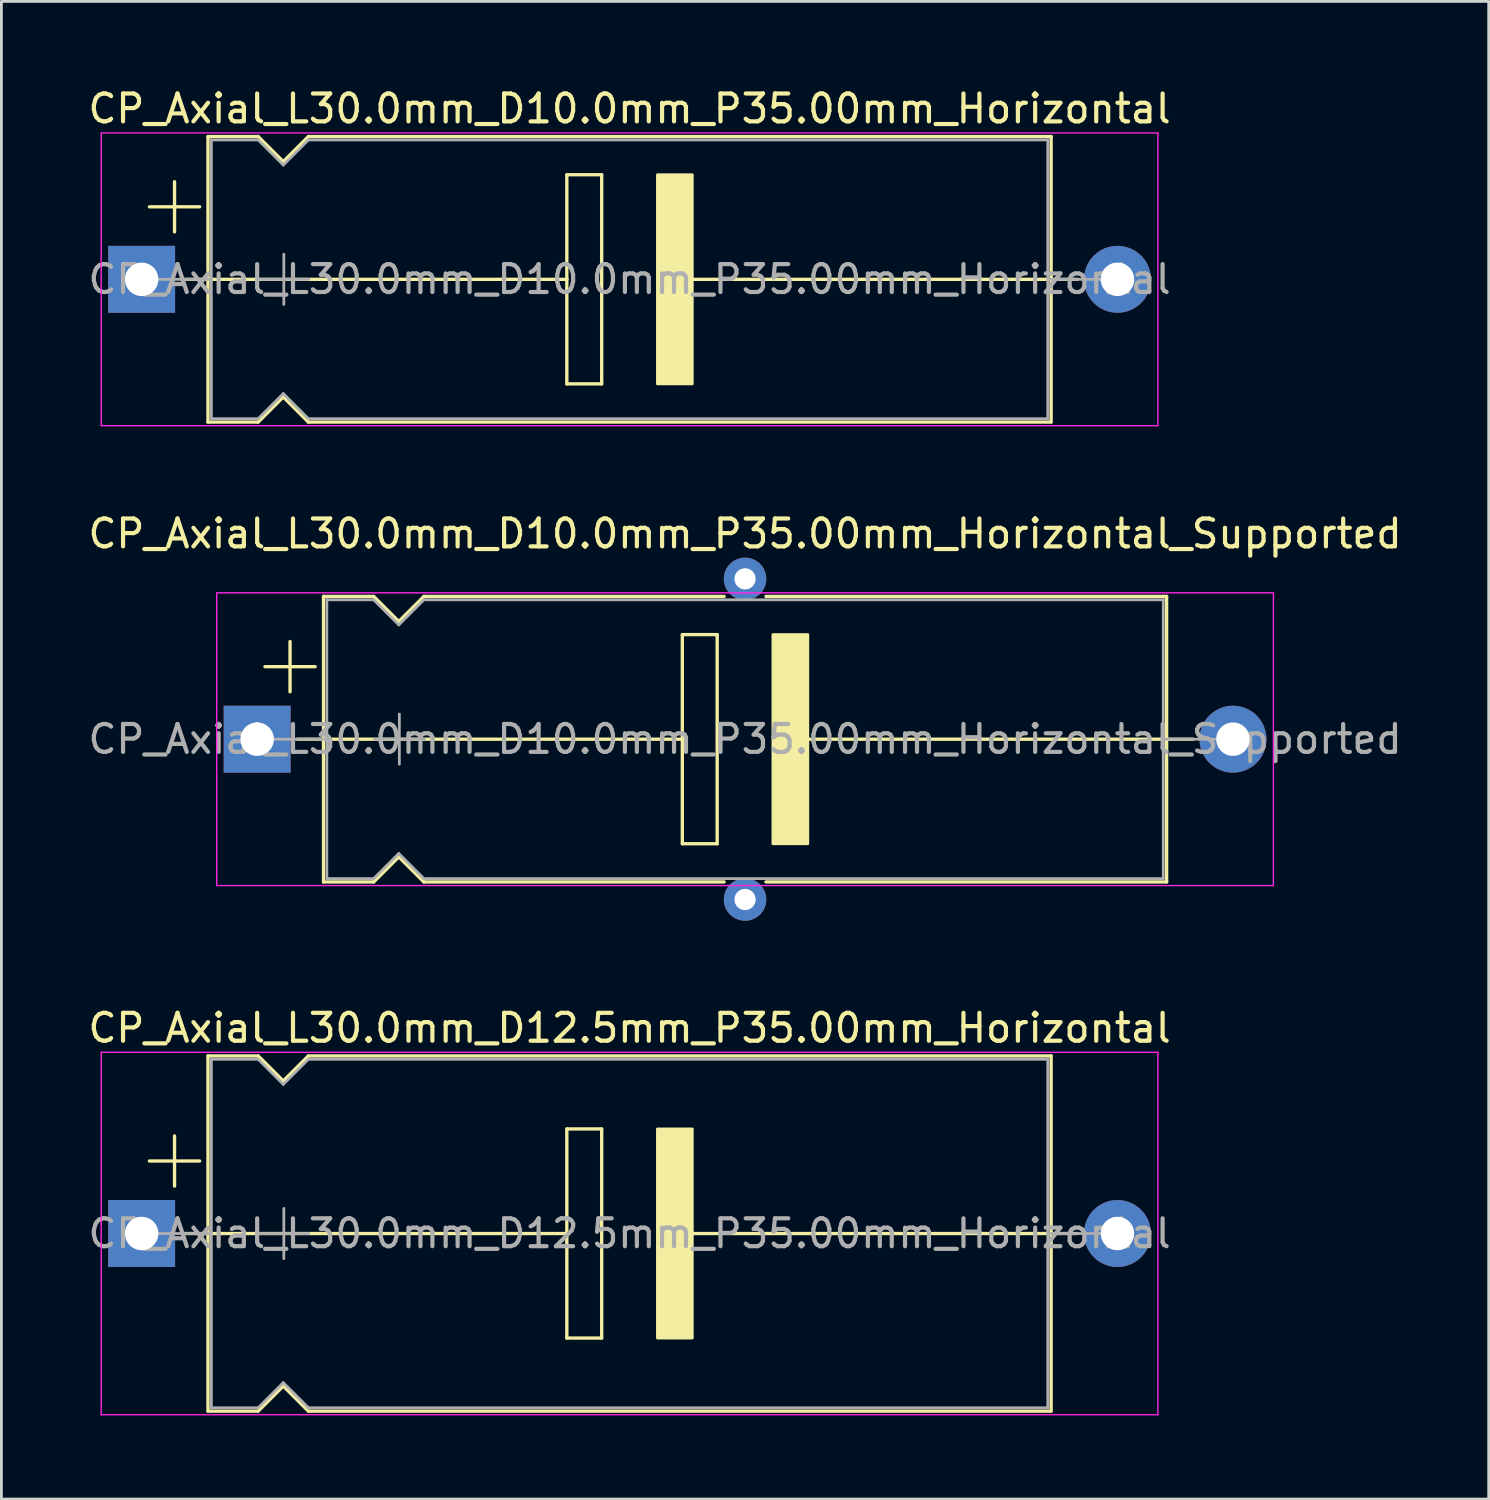
<source format=kicad_pcb>
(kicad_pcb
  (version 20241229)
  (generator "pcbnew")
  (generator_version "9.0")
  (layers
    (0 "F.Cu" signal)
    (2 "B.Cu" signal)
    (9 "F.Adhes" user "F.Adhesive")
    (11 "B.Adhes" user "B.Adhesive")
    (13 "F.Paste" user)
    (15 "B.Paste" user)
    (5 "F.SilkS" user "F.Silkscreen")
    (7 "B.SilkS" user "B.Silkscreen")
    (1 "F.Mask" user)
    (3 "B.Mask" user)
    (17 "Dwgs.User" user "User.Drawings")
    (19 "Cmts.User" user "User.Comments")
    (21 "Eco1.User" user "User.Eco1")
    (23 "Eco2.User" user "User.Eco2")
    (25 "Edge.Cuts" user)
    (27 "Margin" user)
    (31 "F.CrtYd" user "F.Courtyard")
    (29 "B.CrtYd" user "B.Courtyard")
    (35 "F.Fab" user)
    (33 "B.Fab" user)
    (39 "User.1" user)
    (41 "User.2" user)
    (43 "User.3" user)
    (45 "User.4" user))
  (footprint "CP_Axial_L30.0mm_D10.0mm_P35.00mm_Horizontal"
    (layer "F.Cu")
    (at 2.03 6.968)
    (property "Reference" "CP_Axial_L30.0mm_D10.0mm_P35.00mm_Horizontal" (at 17.5 -6.12 0) (layer "F.SilkS") (effects (font (size 1 1) (thickness 0.15))))
    (attr through_hole)
    (fp_line (start 0.28 -2.6) (end 2.08 -2.6) (stroke (width 0.12) (type solid)) (layer "F.SilkS"))
    (fp_line (start 1.18 -3.5) (end 1.18 -1.7) (stroke (width 0.12) (type solid)) (layer "F.SilkS"))
    (fp_line (start 1.44 0) (end 2.38 0) (stroke (width 0.12) (type solid)) (layer "F.SilkS"))
    (fp_line (start 2.38 -5.12) (end 2.38 5.12) (stroke (width 0.12) (type solid)) (layer "F.SilkS"))
    (fp_line (start 2.38 -5.12) (end 4.18 -5.12) (stroke (width 0.12) (type solid)) (layer "F.SilkS"))
    (fp_line (start 2.38 0) (end 15.25 0) (stroke (width 0.12) (type solid)) (layer "F.SilkS"))
    (fp_line (start 2.38 5.12) (end 4.18 5.12) (stroke (width 0.12) (type solid)) (layer "F.SilkS"))
    (fp_line (start 4.18 -5.12) (end 5.08 -4.22) (stroke (width 0.12) (type solid)) (layer "F.SilkS"))
    (fp_line (start 4.18 5.12) (end 5.08 4.22) (stroke (width 0.12) (type solid)) (layer "F.SilkS"))
    (fp_line (start 5.08 -4.22) (end 5.98 -5.12) (stroke (width 0.12) (type solid)) (layer "F.SilkS"))
    (fp_line (start 5.08 4.22) (end 5.98 5.12) (stroke (width 0.12) (type solid)) (layer "F.SilkS"))
    (fp_line (start 5.98 -5.12) (end 32.62 -5.12) (stroke (width 0.12) (type solid)) (layer "F.SilkS"))
    (fp_line (start 5.98 5.12) (end 32.62 5.12) (stroke (width 0.12) (type solid)) (layer "F.SilkS"))
    (fp_line (start 15.25 -3.75) (end 16.5 -3.75) (stroke (width 0.12) (type solid)) (layer "F.SilkS"))
    (fp_line (start 15.25 0) (end 15.25 -3.75) (stroke (width 0.12) (type solid)) (layer "F.SilkS"))
    (fp_line (start 15.25 3.75) (end 15.25 0) (stroke (width 0.12) (type solid)) (layer "F.SilkS"))
    (fp_line (start 16.5 -3.75) (end 16.5 3.75) (stroke (width 0.12) (type solid)) (layer "F.SilkS"))
    (fp_line (start 16.5 3.75) (end 15.25 3.75) (stroke (width 0.12) (type solid)) (layer "F.SilkS"))
    (fp_line (start 19.75 0) (end 32.62 0) (stroke (width 0.12) (type solid)) (layer "F.SilkS"))
    (fp_line (start 32.62 -5.12) (end 32.62 5.12) (stroke (width 0.12) (type solid)) (layer "F.SilkS"))
    (fp_line (start 33.56 0) (end 32.62 0) (stroke (width 0.12) (type solid)) (layer "F.SilkS"))
    (fp_poly (pts (xy 19.75 3.75) (xy 18.5 3.75) (xy 18.5 -3.75) (xy 19.75 -3.75)) (stroke (width 0.1) (type solid)) (fill yes) (layer "F.SilkS"))
    (fp_line (start -1.45 -5.25) (end -1.45 5.25) (stroke (width 0.05) (type solid)) (layer "F.CrtYd"))
    (fp_line (start -1.45 5.25) (end 36.45 5.25) (stroke (width 0.05) (type solid)) (layer "F.CrtYd"))
    (fp_line (start 36.45 -5.25) (end -1.45 -5.25) (stroke (width 0.05) (type solid)) (layer "F.CrtYd"))
    (fp_line (start 36.45 5.25) (end 36.45 -5.25) (stroke (width 0.05) (type solid)) (layer "F.CrtYd"))
    (fp_line (start 0 0) (end 2.5 0) (stroke (width 0.1) (type solid)) (layer "F.Fab"))
    (fp_line (start 2.5 -5) (end 2.5 5) (stroke (width 0.1) (type solid)) (layer "F.Fab"))
    (fp_line (start 2.5 -5) (end 4.18 -5) (stroke (width 0.1) (type solid)) (layer "F.Fab"))
    (fp_line (start 2.5 5) (end 4.18 5) (stroke (width 0.1) (type solid)) (layer "F.Fab"))
    (fp_line (start 4.18 -5) (end 5.08 -4.1) (stroke (width 0.1) (type solid)) (layer "F.Fab"))
    (fp_line (start 4.18 5) (end 5.08 4.1) (stroke (width 0.1) (type solid)) (layer "F.Fab"))
    (fp_line (start 4.2 0) (end 6 0) (stroke (width 0.1) (type solid)) (layer "F.Fab"))
    (fp_line (start 5.08 -4.1) (end 5.98 -5) (stroke (width 0.1) (type solid)) (layer "F.Fab"))
    (fp_line (start 5.08 4.1) (end 5.98 5) (stroke (width 0.1) (type solid)) (layer "F.Fab"))
    (fp_line (start 5.1 -0.9) (end 5.1 0.9) (stroke (width 0.1) (type solid)) (layer "F.Fab"))
    (fp_line (start 5.98 -5) (end 32.5 -5) (stroke (width 0.1) (type solid)) (layer "F.Fab"))
    (fp_line (start 5.98 5) (end 32.5 5) (stroke (width 0.1) (type solid)) (layer "F.Fab"))
    (fp_line (start 32.5 -5) (end 32.5 5) (stroke (width 0.1) (type solid)) (layer "F.Fab"))
    (fp_line (start 35 0) (end 32.5 0) (stroke (width 0.1) (type solid)) (layer "F.Fab"))
    (fp_text user "${REFERENCE}" (at 17.5 0 0) (layer "F.Fab") (effects (font (size 1 1) (thickness 0.15))))
    (pad "1" thru_hole rect (at 0 0) (size 2.4 2.4) (drill 1.2) (layers "*.Cu" "*.Mask"))
    (pad "2" thru_hole oval (at 35 0) (size 2.4 2.4) (drill 1.2) (layers "*.Cu" "*.Mask")))
  (footprint "CP_Axial_L30.0mm_D12.5mm_P35.00mm_Horizontal"
    (layer "F.Cu")
    (at 2.03 41.192)
    (property "Reference" "CP_Axial_L30.0mm_D12.5mm_P35.00mm_Horizontal" (at 17.5 -7.37 0) (layer "F.SilkS") (effects (font (size 1 1) (thickness 0.15))))
    (attr through_hole)
    (fp_line (start 0.28 -2.6) (end 2.08 -2.6) (stroke (width 0.12) (type solid)) (layer "F.SilkS"))
    (fp_line (start 1.18 -3.5) (end 1.18 -1.7) (stroke (width 0.12) (type solid)) (layer "F.SilkS"))
    (fp_line (start 1.44 0) (end 2.38 0) (stroke (width 0.12) (type solid)) (layer "F.SilkS"))
    (fp_line (start 2.38 -6.37) (end 2.38 6.37) (stroke (width 0.12) (type solid)) (layer "F.SilkS"))
    (fp_line (start 2.38 -6.37) (end 4.18 -6.37) (stroke (width 0.12) (type solid)) (layer "F.SilkS"))
    (fp_line (start 2.38 0) (end 15.25 0) (stroke (width 0.12) (type solid)) (layer "F.SilkS"))
    (fp_line (start 2.38 6.37) (end 4.18 6.37) (stroke (width 0.12) (type solid)) (layer "F.SilkS"))
    (fp_line (start 4.18 -6.37) (end 5.08 -5.47) (stroke (width 0.12) (type solid)) (layer "F.SilkS"))
    (fp_line (start 4.18 6.37) (end 5.08 5.47) (stroke (width 0.12) (type solid)) (layer "F.SilkS"))
    (fp_line (start 5.08 -5.47) (end 5.98 -6.37) (stroke (width 0.12) (type solid)) (layer "F.SilkS"))
    (fp_line (start 5.08 5.47) (end 5.98 6.37) (stroke (width 0.12) (type solid)) (layer "F.SilkS"))
    (fp_line (start 5.98 -6.37) (end 32.62 -6.37) (stroke (width 0.12) (type solid)) (layer "F.SilkS"))
    (fp_line (start 5.98 6.37) (end 32.62 6.37) (stroke (width 0.12) (type solid)) (layer "F.SilkS"))
    (fp_line (start 15.25 -3.75) (end 16.5 -3.75) (stroke (width 0.12) (type solid)) (layer "F.SilkS"))
    (fp_line (start 15.25 0) (end 15.25 -3.75) (stroke (width 0.12) (type solid)) (layer "F.SilkS"))
    (fp_line (start 15.25 3.75) (end 15.25 0) (stroke (width 0.12) (type solid)) (layer "F.SilkS"))
    (fp_line (start 16.5 -3.75) (end 16.5 3.75) (stroke (width 0.12) (type solid)) (layer "F.SilkS"))
    (fp_line (start 16.5 3.75) (end 15.25 3.75) (stroke (width 0.12) (type solid)) (layer "F.SilkS"))
    (fp_line (start 19.75 0) (end 32.62 0) (stroke (width 0.12) (type solid)) (layer "F.SilkS"))
    (fp_line (start 32.62 -6.37) (end 32.62 6.37) (stroke (width 0.12) (type solid)) (layer "F.SilkS"))
    (fp_line (start 33.56 0) (end 32.62 0) (stroke (width 0.12) (type solid)) (layer "F.SilkS"))
    (fp_poly (pts (xy 19.75 3.75) (xy 18.5 3.75) (xy 18.5 -3.75) (xy 19.75 -3.75)) (stroke (width 0.1) (type solid)) (fill yes) (layer "F.SilkS"))
    (fp_line (start -1.45 -6.5) (end -1.45 6.5) (stroke (width 0.05) (type solid)) (layer "F.CrtYd"))
    (fp_line (start -1.45 6.5) (end 36.45 6.5) (stroke (width 0.05) (type solid)) (layer "F.CrtYd"))
    (fp_line (start 36.45 -6.5) (end -1.45 -6.5) (stroke (width 0.05) (type solid)) (layer "F.CrtYd"))
    (fp_line (start 36.45 6.5) (end 36.45 -6.5) (stroke (width 0.05) (type solid)) (layer "F.CrtYd"))
    (fp_line (start 0 0) (end 2.5 0) (stroke (width 0.1) (type solid)) (layer "F.Fab"))
    (fp_line (start 2.5 -6.25) (end 2.5 6.25) (stroke (width 0.1) (type solid)) (layer "F.Fab"))
    (fp_line (start 2.5 -6.25) (end 4.18 -6.25) (stroke (width 0.1) (type solid)) (layer "F.Fab"))
    (fp_line (start 2.5 6.25) (end 4.18 6.25) (stroke (width 0.1) (type solid)) (layer "F.Fab"))
    (fp_line (start 4.18 -6.25) (end 5.08 -5.35) (stroke (width 0.1) (type solid)) (layer "F.Fab"))
    (fp_line (start 4.18 6.25) (end 5.08 5.35) (stroke (width 0.1) (type solid)) (layer "F.Fab"))
    (fp_line (start 4.2 0) (end 6 0) (stroke (width 0.1) (type solid)) (layer "F.Fab"))
    (fp_line (start 5.08 -5.35) (end 5.98 -6.25) (stroke (width 0.1) (type solid)) (layer "F.Fab"))
    (fp_line (start 5.08 5.35) (end 5.98 6.25) (stroke (width 0.1) (type solid)) (layer "F.Fab"))
    (fp_line (start 5.1 -0.9) (end 5.1 0.9) (stroke (width 0.1) (type solid)) (layer "F.Fab"))
    (fp_line (start 5.98 -6.25) (end 32.5 -6.25) (stroke (width 0.1) (type solid)) (layer "F.Fab"))
    (fp_line (start 5.98 6.25) (end 32.5 6.25) (stroke (width 0.1) (type solid)) (layer "F.Fab"))
    (fp_line (start 32.5 -6.25) (end 32.5 6.25) (stroke (width 0.1) (type solid)) (layer "F.Fab"))
    (fp_line (start 35 0) (end 32.5 0) (stroke (width 0.1) (type solid)) (layer "F.Fab"))
    (fp_text user "${REFERENCE}" (at 17.5 0 0) (layer "F.Fab") (effects (font (size 1 1) (thickness 0.15))))
    (pad "1" thru_hole rect (at 0 0) (size 2.4 2.4) (drill 1.2) (layers "*.Cu" "*.Mask"))
    (pad "2" thru_hole oval (at 35 0) (size 2.4 2.4) (drill 1.2) (layers "*.Cu" "*.Mask")))
  (footprint "CP_Axial_L30.0mm_D10.0mm_P35.00mm_Horizontal_Supported"
    (layer "F.Cu")
    (at 6.173 23.462)
    (property "Reference" "CP_Axial_L30.0mm_D10.0mm_P35.00mm_Horizontal_Supported" (at 17.5 -7.37 0) (layer "F.SilkS") (effects (font (size 1 1) (thickness 0.15))))
    (attr through_hole)
    (fp_line (start 0.28 -2.6) (end 2.08 -2.6) (stroke (width 0.12) (type solid)) (layer "F.SilkS"))
    (fp_line (start 1.18 -3.5) (end 1.18 -1.7) (stroke (width 0.12) (type solid)) (layer "F.SilkS"))
    (fp_line (start 1.44 0) (end 2.38 0) (stroke (width 0.12) (type solid)) (layer "F.SilkS"))
    (fp_line (start 2.38 -5.12) (end 2.38 5.12) (stroke (width 0.12) (type solid)) (layer "F.SilkS"))
    (fp_line (start 2.38 -5.12) (end 4.18 -5.12) (stroke (width 0.12) (type solid)) (layer "F.SilkS"))
    (fp_line (start 2.38 0) (end 15.25 0) (stroke (width 0.12) (type solid)) (layer "F.SilkS"))
    (fp_line (start 2.38 5.12) (end 4.18 5.12) (stroke (width 0.12) (type solid)) (layer "F.SilkS"))
    (fp_line (start 4.18 -5.12) (end 5.08 -4.22) (stroke (width 0.12) (type solid)) (layer "F.SilkS"))
    (fp_line (start 4.18 5.12) (end 5.08 4.22) (stroke (width 0.12) (type solid)) (layer "F.SilkS"))
    (fp_line (start 5.08 -4.22) (end 5.98 -5.12) (stroke (width 0.12) (type solid)) (layer "F.SilkS"))
    (fp_line (start 5.08 4.22) (end 5.98 5.12) (stroke (width 0.12) (type solid)) (layer "F.SilkS"))
    (fp_line (start 5.98 -5.12) (end 16.75 -5.12) (stroke (width 0.12) (type solid)) (layer "F.SilkS"))
    (fp_line (start 5.98 5.12) (end 16.75 5.12) (stroke (width 0.12) (type solid)) (layer "F.SilkS"))
    (fp_line (start 15.25 -3.75) (end 16.5 -3.75) (stroke (width 0.12) (type solid)) (layer "F.SilkS"))
    (fp_line (start 15.25 0) (end 15.25 -3.75) (stroke (width 0.12) (type solid)) (layer "F.SilkS"))
    (fp_line (start 15.25 3.75) (end 15.25 0) (stroke (width 0.12) (type solid)) (layer "F.SilkS"))
    (fp_line (start 16.5 -3.75) (end 16.5 3.75) (stroke (width 0.12) (type solid)) (layer "F.SilkS"))
    (fp_line (start 16.5 3.75) (end 15.25 3.75) (stroke (width 0.12) (type solid)) (layer "F.SilkS"))
    (fp_line (start 18.25 -5.12) (end 32.62 -5.12) (stroke (width 0.12) (type solid)) (layer "F.SilkS"))
    (fp_line (start 18.25 5.12) (end 32.62 5.12) (stroke (width 0.12) (type solid)) (layer "F.SilkS"))
    (fp_line (start 19.75 0) (end 32.62 0) (stroke (width 0.12) (type solid)) (layer "F.SilkS"))
    (fp_line (start 32.62 -5.12) (end 32.62 5.12) (stroke (width 0.12) (type solid)) (layer "F.SilkS"))
    (fp_line (start 33.56 0) (end 32.62 0) (stroke (width 0.12) (type solid)) (layer "F.SilkS"))
    (fp_poly (pts (xy 19.75 3.75) (xy 18.5 3.75) (xy 18.5 -3.75) (xy 19.75 -3.75)) (stroke (width 0.1) (type solid)) (fill yes) (layer "F.SilkS"))
    (fp_line (start -1.45 -5.25) (end -1.45 5.25) (stroke (width 0.05) (type solid)) (layer "F.CrtYd"))
    (fp_line (start -1.45 5.25) (end 36.45 5.25) (stroke (width 0.05) (type solid)) (layer "F.CrtYd"))
    (fp_line (start 36.45 -5.25) (end -1.45 -5.25) (stroke (width 0.05) (type solid)) (layer "F.CrtYd"))
    (fp_line (start 36.45 5.25) (end 36.45 -5.25) (stroke (width 0.05) (type solid)) (layer "F.CrtYd"))
    (fp_line (start 0 0) (end 2.5 0) (stroke (width 0.1) (type solid)) (layer "F.Fab"))
    (fp_line (start 2.5 -5) (end 2.5 5) (stroke (width 0.1) (type solid)) (layer "F.Fab"))
    (fp_line (start 2.5 -5) (end 4.18 -5) (stroke (width 0.1) (type solid)) (layer "F.Fab"))
    (fp_line (start 2.5 5) (end 4.18 5) (stroke (width 0.1) (type solid)) (layer "F.Fab"))
    (fp_line (start 4.18 -5) (end 5.08 -4.1) (stroke (width 0.1) (type solid)) (layer "F.Fab"))
    (fp_line (start 4.18 5) (end 5.08 4.1) (stroke (width 0.1) (type solid)) (layer "F.Fab"))
    (fp_line (start 4.2 0) (end 6 0) (stroke (width 0.1) (type solid)) (layer "F.Fab"))
    (fp_line (start 5.08 -4.1) (end 5.98 -5) (stroke (width 0.1) (type solid)) (layer "F.Fab"))
    (fp_line (start 5.08 4.1) (end 5.98 5) (stroke (width 0.1) (type solid)) (layer "F.Fab"))
    (fp_line (start 5.1 -0.9) (end 5.1 0.9) (stroke (width 0.1) (type solid)) (layer "F.Fab"))
    (fp_line (start 5.98 -5) (end 32.5 -5) (stroke (width 0.1) (type solid)) (layer "F.Fab"))
    (fp_line (start 5.98 5) (end 32.5 5) (stroke (width 0.1) (type solid)) (layer "F.Fab"))
    (fp_line (start 32.5 -5) (end 32.5 5) (stroke (width 0.1) (type solid)) (layer "F.Fab"))
    (fp_line (start 35 0) (end 32.5 0) (stroke (width 0.1) (type solid)) (layer "F.Fab"))
    (fp_text user "${REFERENCE}" (at 17.5 0 0) (layer "F.Fab") (effects (font (size 1 1) (thickness 0.15))))
    (pad "" thru_hole circle (at 17.5 -5.75) (size 1.524 1.524) (drill 0.762) (layers "*.Cu" "*.Mask"))
    (pad "" thru_hole circle (at 17.5 5.75) (size 1.524 1.524) (drill 0.762) (layers "*.Cu" "*.Mask"))
    (pad "1" thru_hole rect (at 0 0) (size 2.4 2.4) (drill 1.2) (layers "*.Cu" "*.Mask"))
    (pad "2" thru_hole oval (at 35 0) (size 2.4 2.4) (drill 1.2) (layers "*.Cu" "*.Mask")))
  (gr_rect
    (start -3 -3)
    (end 50.345 50.717)
    (stroke (width 0.1) (type default))
    (fill no)
    (layer "Edge.Cuts")))
</source>
